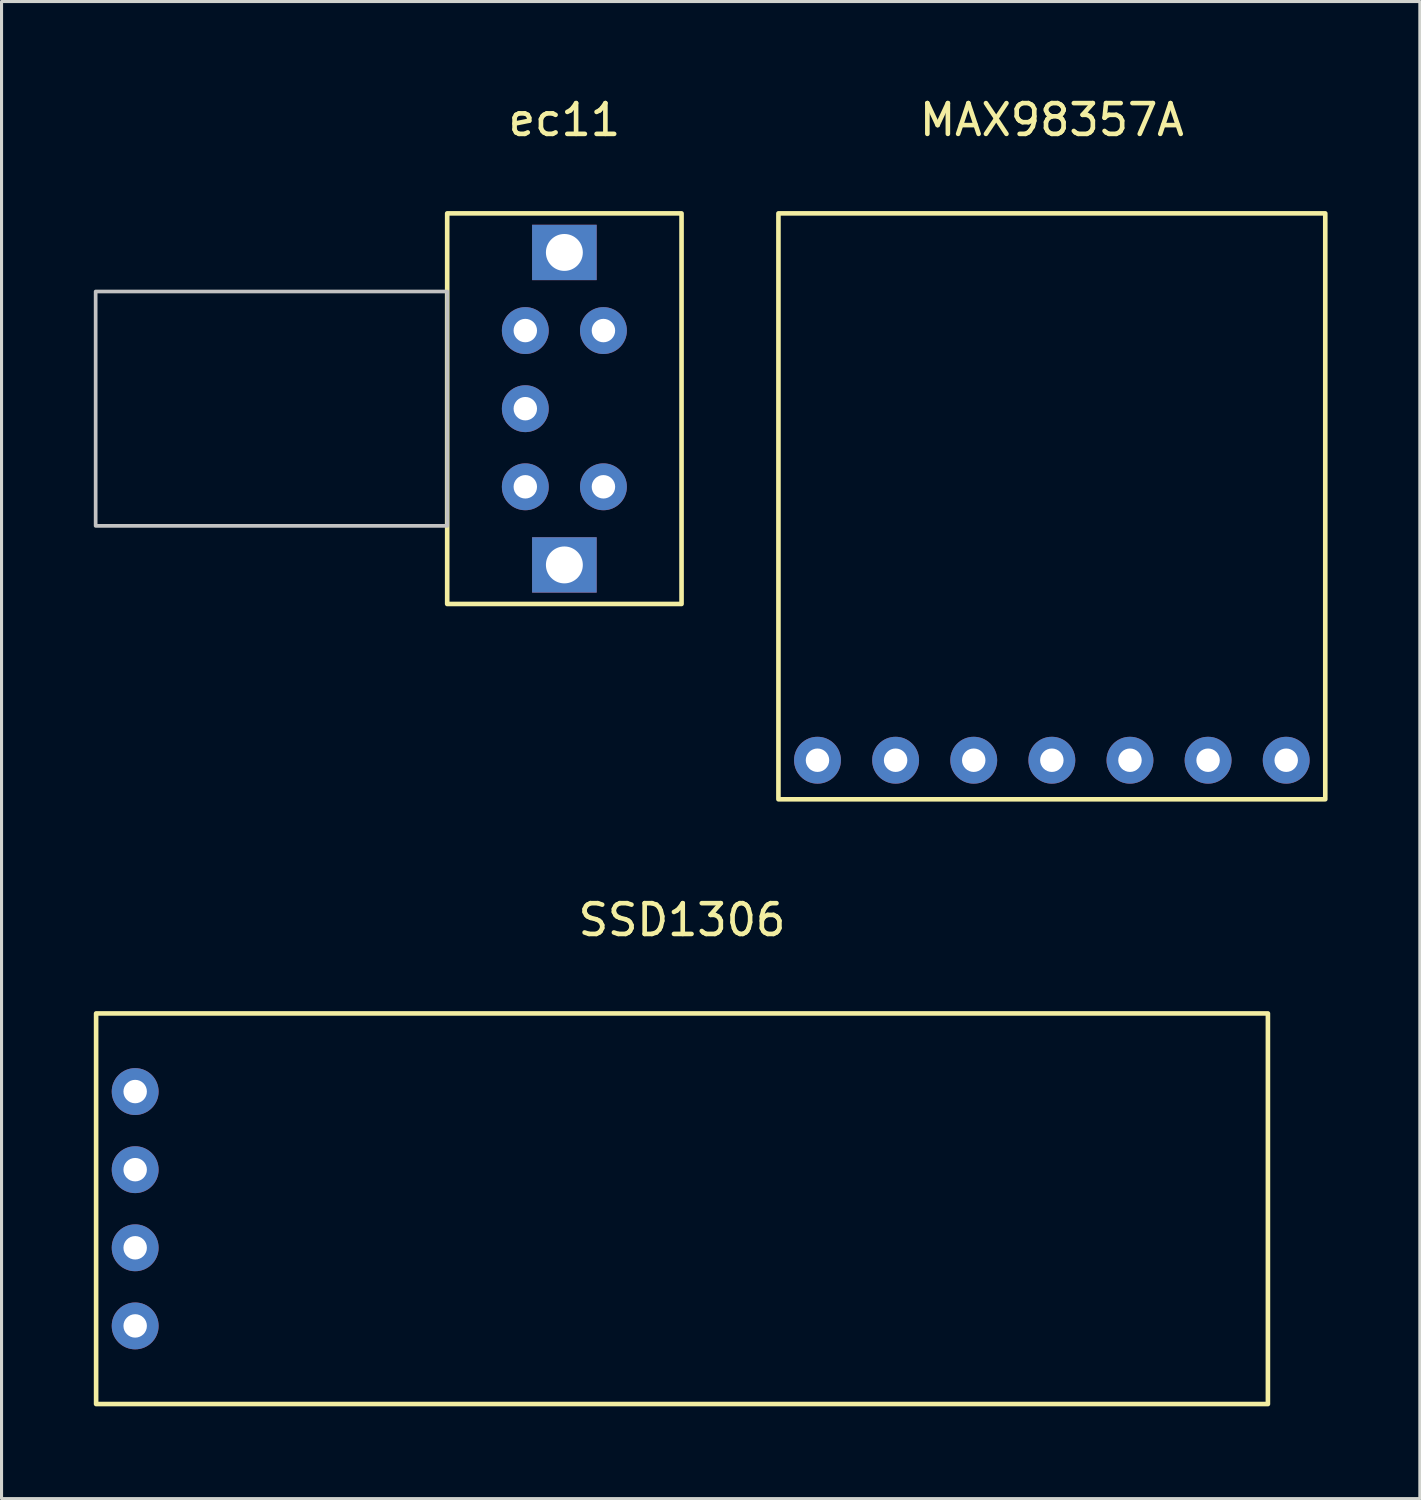
<source format=kicad_pcb>
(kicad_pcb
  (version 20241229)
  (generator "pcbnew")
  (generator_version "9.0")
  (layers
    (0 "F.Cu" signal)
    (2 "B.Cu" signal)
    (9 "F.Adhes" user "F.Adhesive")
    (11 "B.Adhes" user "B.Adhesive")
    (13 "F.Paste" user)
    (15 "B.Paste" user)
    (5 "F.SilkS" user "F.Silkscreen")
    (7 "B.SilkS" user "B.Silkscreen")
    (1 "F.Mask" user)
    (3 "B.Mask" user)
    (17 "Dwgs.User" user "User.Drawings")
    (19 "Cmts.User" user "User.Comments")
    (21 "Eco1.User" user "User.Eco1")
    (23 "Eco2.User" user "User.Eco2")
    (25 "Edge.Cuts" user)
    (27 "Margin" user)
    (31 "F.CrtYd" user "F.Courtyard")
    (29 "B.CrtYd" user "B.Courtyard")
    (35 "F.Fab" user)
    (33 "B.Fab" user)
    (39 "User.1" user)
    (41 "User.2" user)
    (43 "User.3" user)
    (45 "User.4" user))
  (footprint "MAX98357A"
    (layer "F.Cu")
    (at 31.15 1.348)
    (property "Reference" "MAX98357A" (at 0 -0.5 0) (unlocked yes) (layer "F.SilkS") (effects (font (size 1 1) (thickness 0.15))))
    (attr through_hole)
    (fp_rect (start -8.89 21.59) (end 8.89 2.54) (stroke (width 0.15) (type solid)) (fill no) (layer "F.SilkS"))
    (pad "1" thru_hole circle (at -7.62 20.32) (size 1.524 1.524) (drill 0.762) (layers "*.Cu" "*.Mask"))
    (pad "2" thru_hole circle (at -5.08 20.32) (size 1.524 1.524) (drill 0.762) (layers "*.Cu" "*.Mask"))
    (pad "3" thru_hole circle (at -2.54 20.32) (size 1.524 1.524) (drill 0.762) (layers "*.Cu" "*.Mask"))
    (pad "4" thru_hole circle (at 0 20.32) (size 1.524 1.524) (drill 0.762) (layers "*.Cu" "*.Mask"))
    (pad "5" thru_hole circle (at 2.54 20.32) (size 1.524 1.524) (drill 0.762) (layers "*.Cu" "*.Mask"))
    (pad "6" thru_hole circle (at 5.08 20.32) (size 1.524 1.524) (drill 0.762) (layers "*.Cu" "*.Mask"))
    (pad "7" thru_hole circle (at 7.62 20.32) (size 1.524 1.524) (drill 0.762) (layers "*.Cu" "*.Mask")))
  (footprint "ec11"
    (layer "F.Cu")
    (at 15.3 1.348)
    (property "Reference" "ec11" (at 0 -0.5 0) (unlocked yes) (layer "F.SilkS") (effects (font (size 1 1) (thickness 0.15))))
    (attr through_hole)
    (fp_rect (start -3.81 2.54) (end 3.81 15.24) (stroke (width 0.15) (type solid)) (fill no) (layer "F.SilkS"))
    (fp_rect (start -3.81 5.08) (end -15.24 12.7) (stroke (width 0.12) (type solid)) (fill no) (layer "Dwgs.User"))
    (pad "A" thru_hole circle (at -1.27 6.35) (size 1.524 1.524) (drill 0.762) (layers "*.Cu" "*.Mask"))
    (pad "B" thru_hole circle (at -1.27 11.43) (size 1.524 1.524) (drill 0.762) (layers "*.Cu" "*.Mask"))
    (pad "C" thru_hole circle (at -1.27 8.89) (size 1.524 1.524) (drill 0.762) (layers "*.Cu" "*.Mask"))
    (pad "MP" thru_hole rect (at 0 3.81) (size 2.1 1.8) (drill 1.2) (layers "*.Cu" "*.Mask"))
    (pad "MP" thru_hole rect (at 0 13.97) (size 2.1 1.8) (drill 1.2) (layers "*.Cu" "*.Mask"))
    (pad "S1" thru_hole circle (at 1.27 11.43) (size 1.524 1.524) (drill 0.762) (layers "*.Cu" "*.Mask"))
    (pad "S2" thru_hole circle (at 1.27 6.35) (size 1.524 1.524) (drill 0.762) (layers "*.Cu" "*.Mask")))
  (footprint "SSD1306"
    (layer "F.Cu")
    (at 19.125 27.361)
    (property "Reference" "SSD1306" (at 0 -0.5 0) (unlocked yes) (layer "F.SilkS") (effects (font (size 1 1) (thickness 0.15))))
    (attr smd)
    (fp_rect (start -19.05 2.54) (end 19.05 15.24) (stroke (width 0.15) (type solid)) (fill no) (layer "F.SilkS"))
    (pad "1" thru_hole circle (at -17.78 5.08) (size 1.524 1.524) (drill 0.762) (layers "*.Cu" "*.Mask"))
    (pad "2" thru_hole circle (at -17.78 7.62) (size 1.524 1.524) (drill 0.762) (layers "*.Cu" "*.Mask"))
    (pad "3" thru_hole circle (at -17.78 10.16) (size 1.524 1.524) (drill 0.762) (layers "*.Cu" "*.Mask"))
    (pad "4" thru_hole circle (at -17.78 12.7) (size 1.524 1.524) (drill 0.762) (layers "*.Cu" "*.Mask")))
  (gr_rect
    (start -3 -3)
    (end 43.115 45.676)
    (stroke (width 0.1) (type default))
    (fill no)
    (layer "Edge.Cuts")))
</source>
